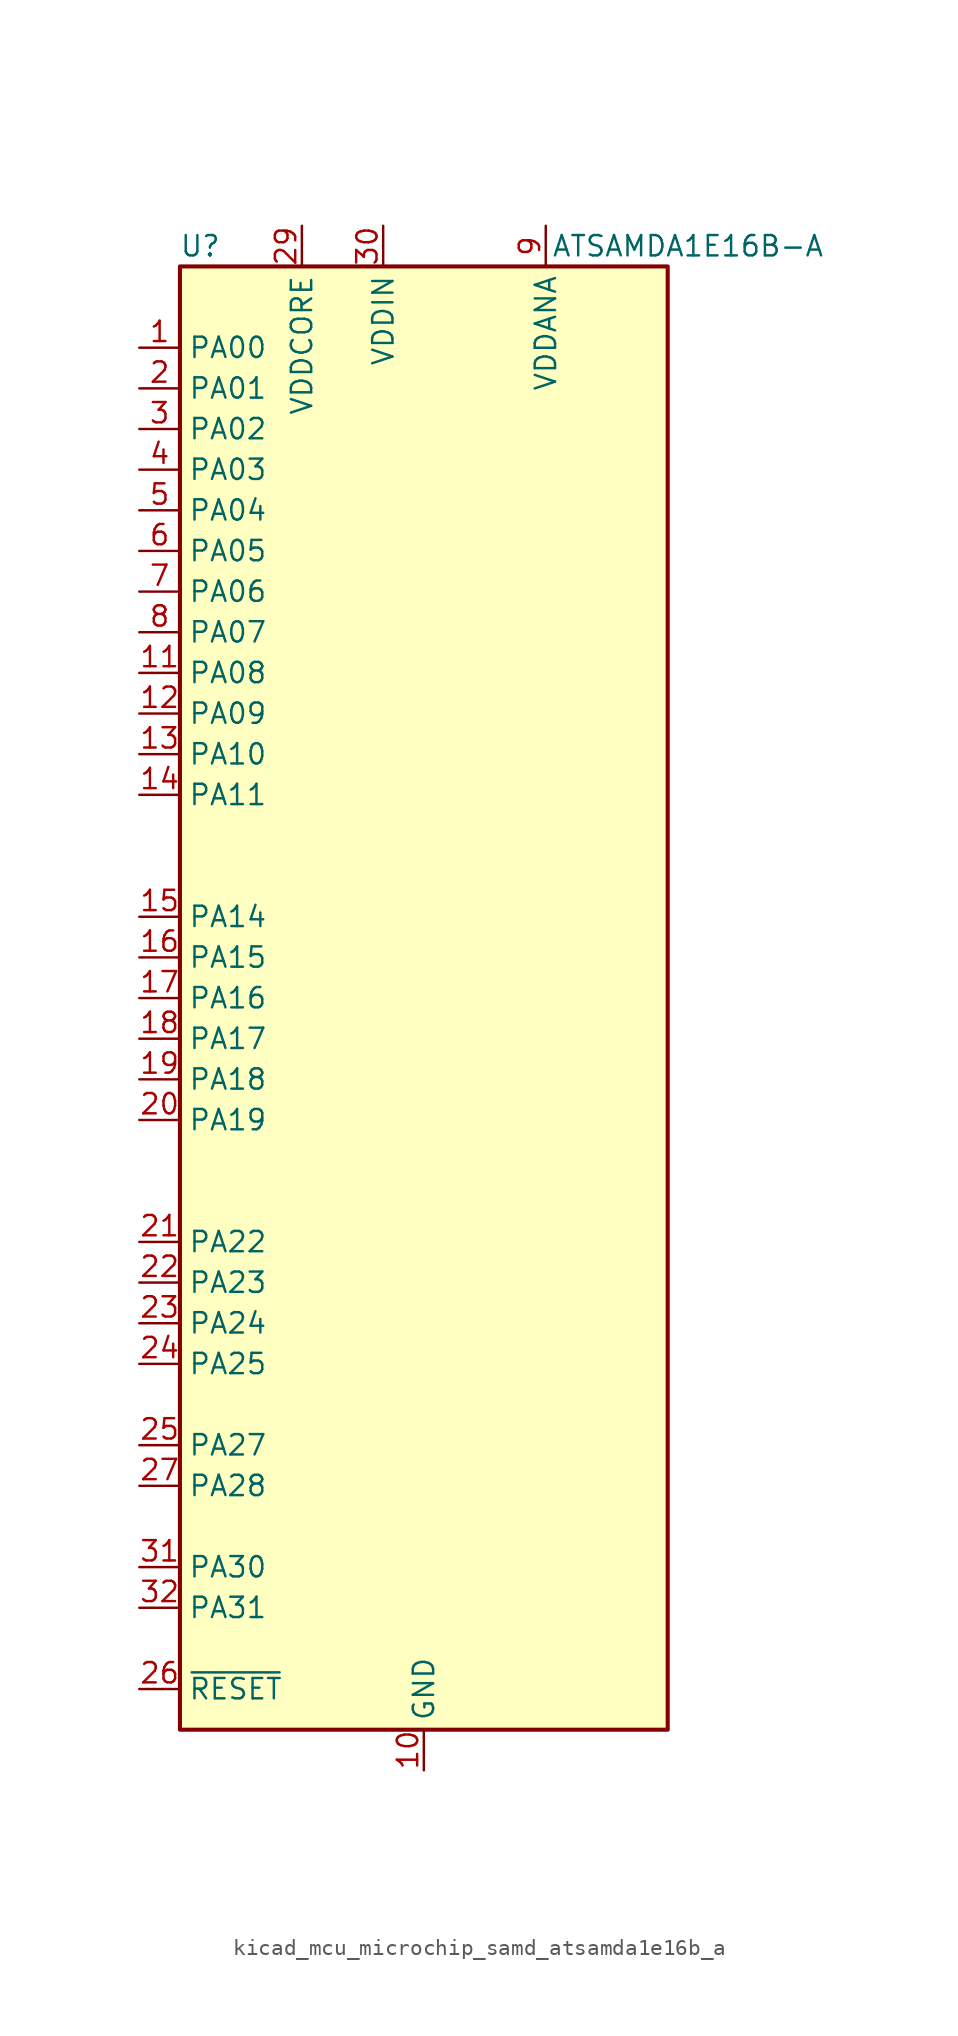
<source format=kicad_sym>
(kicad_symbol_lib
  (version 20220914)
  (generator kicad_symbol_editor)
  (symbol "kicad_mcu_microchip_samd_atsamda1e16b_a"
    (property "Reference" "U"
      (at -13.97 46.99 0)
      (effects (font (size 1.27 1.27))))
    (property "Value" "ATSAMDA1E16B-A"
      (at 16.51 46.99 0)
      (effects (font (size 1.27 1.27))))
    (symbol "kicad_mcu_microchip_samd_atsamda1e16b_a_1_1"
      (rectangle (start -15.24 45.72) (end 15.24 -45.72) (stroke (width 0.254) (type default)) (fill (type background)))
      (pin bidirectional line (at -17.78 40.64 0) (length 2.54) (name "PA00" (effects (font (size 1.27 1.27)))) (number "1" (effects (font (size 1.27 1.27)))))
      (pin power_in line (at 0 -48.26 90) (length 2.54) (name "GND" (effects (font (size 1.27 1.27)))) (number "10" (effects (font (size 1.27 1.27)))))
      (pin bidirectional line (at -17.78 20.32 0) (length 2.54) (name "PA08" (effects (font (size 1.27 1.27)))) (number "11" (effects (font (size 1.27 1.27)))))
      (pin bidirectional line (at -17.78 17.78 0) (length 2.54) (name "PA09" (effects (font (size 1.27 1.27)))) (number "12" (effects (font (size 1.27 1.27)))))
      (pin bidirectional line (at -17.78 15.24 0) (length 2.54) (name "PA10" (effects (font (size 1.27 1.27)))) (number "13" (effects (font (size 1.27 1.27)))))
      (pin bidirectional line (at -17.78 12.7 0) (length 2.54) (name "PA11" (effects (font (size 1.27 1.27)))) (number "14" (effects (font (size 1.27 1.27)))))
      (pin bidirectional line (at -17.78 5.08 0) (length 2.54) (name "PA14" (effects (font (size 1.27 1.27)))) (number "15" (effects (font (size 1.27 1.27)))))
      (pin bidirectional line (at -17.78 2.54 0) (length 2.54) (name "PA15" (effects (font (size 1.27 1.27)))) (number "16" (effects (font (size 1.27 1.27)))))
      (pin bidirectional line (at -17.78 0 0) (length 2.54) (name "PA16" (effects (font (size 1.27 1.27)))) (number "17" (effects (font (size 1.27 1.27)))))
      (pin bidirectional line (at -17.78 -2.54 0) (length 2.54) (name "PA17" (effects (font (size 1.27 1.27)))) (number "18" (effects (font (size 1.27 1.27)))))
      (pin bidirectional line (at -17.78 -5.08 0) (length 2.54) (name "PA18" (effects (font (size 1.27 1.27)))) (number "19" (effects (font (size 1.27 1.27)))))
      (pin bidirectional line (at -17.78 38.1 0) (length 2.54) (name "PA01" (effects (font (size 1.27 1.27)))) (number "2" (effects (font (size 1.27 1.27)))))
      (pin bidirectional line (at -17.78 -7.62 0) (length 2.54) (name "PA19" (effects (font (size 1.27 1.27)))) (number "20" (effects (font (size 1.27 1.27)))))
      (pin bidirectional line (at -17.78 -15.24 0) (length 2.54) (name "PA22" (effects (font (size 1.27 1.27)))) (number "21" (effects (font (size 1.27 1.27)))))
      (pin bidirectional line (at -17.78 -17.78 0) (length 2.54) (name "PA23" (effects (font (size 1.27 1.27)))) (number "22" (effects (font (size 1.27 1.27)))))
      (pin bidirectional line (at -17.78 -20.32 0) (length 2.54) (name "PA24" (effects (font (size 1.27 1.27)))) (number "23" (effects (font (size 1.27 1.27)))))
      (pin bidirectional line (at -17.78 -22.86 0) (length 2.54) (name "PA25" (effects (font (size 1.27 1.27)))) (number "24" (effects (font (size 1.27 1.27)))))
      (pin bidirectional line (at -17.78 -27.94 0) (length 2.54) (name "PA27" (effects (font (size 1.27 1.27)))) (number "25" (effects (font (size 1.27 1.27)))))
      (pin input line (at -17.78 -43.18 0) (length 2.54) (name "~{RESET}" (effects (font (size 1.27 1.27)))) (number "26" (effects (font (size 1.27 1.27)))))
      (pin bidirectional line (at -17.78 -30.48 0) (length 2.54) (name "PA28" (effects (font (size 1.27 1.27)))) (number "27" (effects (font (size 1.27 1.27)))))
      (pin passive line (at 0 -48.26 90) (length 2.54) hide (name "GND" (effects (font (size 1.27 1.27)))) (number "28" (effects (font (size 1.27 1.27)))))
      (pin power_out line (at -7.62 48.26 270) (length 2.54) (name "VDDCORE" (effects (font (size 1.27 1.27)))) (number "29" (effects (font (size 1.27 1.27)))))
      (pin bidirectional line (at -17.78 35.56 0) (length 2.54) (name "PA02" (effects (font (size 1.27 1.27)))) (number "3" (effects (font (size 1.27 1.27)))))
      (pin power_in line (at -2.54 48.26 270) (length 2.54) (name "VDDIN" (effects (font (size 1.27 1.27)))) (number "30" (effects (font (size 1.27 1.27)))))
      (pin bidirectional line (at -17.78 -35.56 0) (length 2.54) (name "PA30" (effects (font (size 1.27 1.27)))) (number "31" (effects (font (size 1.27 1.27)))))
      (pin bidirectional line (at -17.78 -38.1 0) (length 2.54) (name "PA31" (effects (font (size 1.27 1.27)))) (number "32" (effects (font (size 1.27 1.27)))))
      (pin bidirectional line (at -17.78 33.02 0) (length 2.54) (name "PA03" (effects (font (size 1.27 1.27)))) (number "4" (effects (font (size 1.27 1.27)))))
      (pin bidirectional line (at -17.78 30.48 0) (length 2.54) (name "PA04" (effects (font (size 1.27 1.27)))) (number "5" (effects (font (size 1.27 1.27)))))
      (pin bidirectional line (at -17.78 27.94 0) (length 2.54) (name "PA05" (effects (font (size 1.27 1.27)))) (number "6" (effects (font (size 1.27 1.27)))))
      (pin bidirectional line (at -17.78 25.4 0) (length 2.54) (name "PA06" (effects (font (size 1.27 1.27)))) (number "7" (effects (font (size 1.27 1.27)))))
      (pin bidirectional line (at -17.78 22.86 0) (length 2.54) (name "PA07" (effects (font (size 1.27 1.27)))) (number "8" (effects (font (size 1.27 1.27)))))
      (pin power_in line (at 7.62 48.26 270) (length 2.54) (name "VDDANA" (effects (font (size 1.27 1.27)))) (number "9" (effects (font (size 1.27 1.27))))))))
</source>
